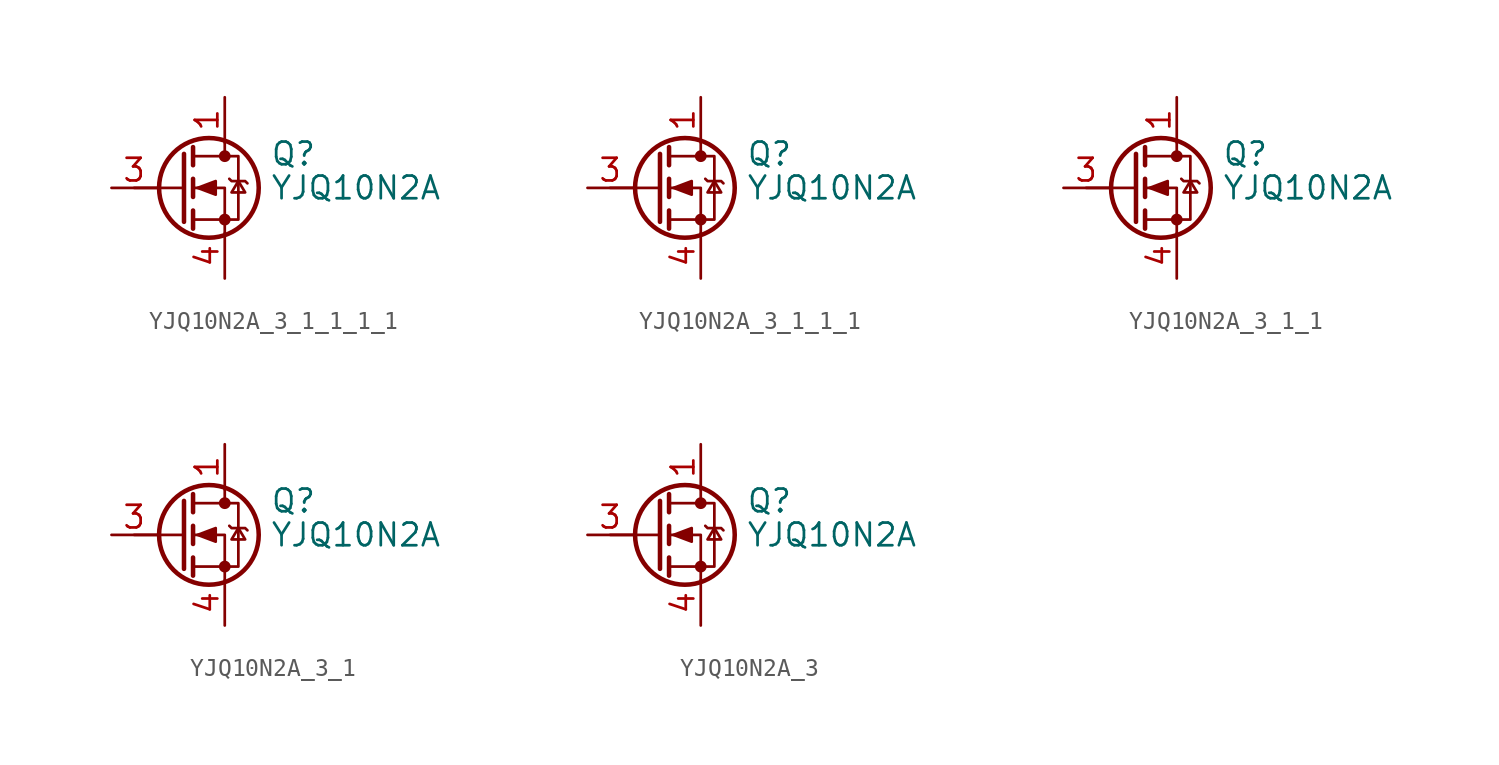
<source format=kicad_sym>
(kicad_symbol_lib
  (version 20241209)
  (generator "kicad_symbol_editor")
  (generator_version "9.0")
  (symbol "YJQ10N2A_3_1_1_1_1"
    (pin_names
      (hide yes))
    (property "Reference" "Q"
      (at 5.08 1.905 0)
      (effects (font (size 1.27 1.27)) (justify left)))
    (property "Value" "YJQ10N2A"
      (at 5.08 0 0)
      (effects (font (size 1.27 1.27)) (justify left)))
    (symbol "YJQ10N2A_3_1_1_1_1_0_1"
      (polyline (pts (xy 0.254 1.905) (xy 0.254 -1.905)) (stroke (width 0.254) (type default)) (fill (type none)))
      (polyline (pts (xy 0.254 0) (xy -2.54 0)) (stroke (width 0) (type default)) (fill (type none)))
      (polyline (pts (xy 0.762 2.286) (xy 0.762 1.27)) (stroke (width 0.254) (type default)) (fill (type none)))
      (polyline (pts (xy 0.762 0.508) (xy 0.762 -0.508)) (stroke (width 0.254) (type default)) (fill (type none)))
      (polyline (pts (xy 0.762 -1.27) (xy 0.762 -2.286)) (stroke (width 0.254) (type default)) (fill (type none)))
      (polyline (pts (xy 0.762 -1.778) (xy 3.302 -1.778) (xy 3.302 1.778) (xy 0.762 1.778)) (stroke (width 0) (type default)) (fill (type none)))
      (polyline (pts (xy 1.016 0) (xy 2.032 0.381) (xy 2.032 -0.381) (xy 1.016 0)) (stroke (width 0) (type default)) (fill (type outline)))
      (circle (center 1.651 0) (radius 2.794) (stroke (width 0.254) (type default)) (fill (type none)))
      (polyline (pts (xy 2.54 2.54) (xy 2.54 1.778)) (stroke (width 0) (type default)) (fill (type none)))
      (circle (center 2.54 1.778) (radius 0.254) (stroke (width 0) (type default)) (fill (type outline)))
      (circle (center 2.54 -1.778) (radius 0.254) (stroke (width 0) (type default)) (fill (type outline)))
      (polyline (pts (xy 2.54 -2.54) (xy 2.54 0) (xy 0.762 0)) (stroke (width 0) (type default)) (fill (type none)))
      (polyline (pts (xy 2.794 0.508) (xy 2.921 0.381) (xy 3.683 0.381) (xy 3.81 0.254)) (stroke (width 0) (type default)) (fill (type none)))
      (polyline (pts (xy 3.302 0.381) (xy 2.921 -0.254) (xy 3.683 -0.254) (xy 3.302 0.381)) (stroke (width 0) (type default)) (fill (type none))))
    (symbol "YJQ10N2A_3_1_1_1_1_1_1"
      (pin input line (at -3.81 0 0) (length 2.54) (name "G" (effects (font (size 1.27 1.27)))) (number "3" (effects (font (size 1.27 1.27)))))
      (pin passive line (at 2.54 5.08 270) (length 2.54) (name "D" (effects (font (size 1.27 1.27)))) (number "1" (effects (font (size 1.27 1.27)))))
      (pin passive line (at 2.54 5.08 270) (length 2.54) (hide yes) (name "D" (effects (font (size 1.27 1.27)))) (number "2" (effects (font (size 1.27 1.27)))))
      (pin passive line (at 2.54 5.08 270) (length 2.54) (hide yes) (name "D" (effects (font (size 1.27 1.27)))) (number "3" (effects (font (size 1.27 1.27)))))
      (pin passive line (at 2.54 5.08 270) (length 2.54) (hide yes) (name "D" (effects (font (size 1.27 1.27)))) (number "5" (effects (font (size 1.27 1.27)))))
      (pin passive line (at 2.54 5.08 270) (length 2.54) (hide yes) (name "D" (effects (font (size 1.27 1.27)))) (number "6" (effects (font (size 1.27 1.27)))))
      (pin passive line (at 2.54 5.08 270) (length 2.54) (hide yes) (name "D" (effects (font (size 1.27 1.27)))) (number "8" (effects (font (size 1.27 1.27)))))
      (pin passive line (at 2.54 -5.08 90) (length 2.54) (name "S" (effects (font (size 1.27 1.27)))) (number "4" (effects (font (size 1.27 1.27)))))
      (pin passive line (at 2.54 -5.08 90) (length 2.54) (hide yes) (name "S" (effects (font (size 1.27 1.27)))) (number "7" (effects (font (size 1.27 1.27)))))))
  (symbol "YJQ10N2A_3_1_1_1"
    (pin_names
      (hide yes))
    (property "Reference" "Q"
      (at 5.08 1.905 0)
      (effects (font (size 1.27 1.27)) (justify left)))
    (property "Value" "YJQ10N2A"
      (at 5.08 0 0)
      (effects (font (size 1.27 1.27)) (justify left)))
    (symbol "YJQ10N2A_3_1_1_1_0_1"
      (polyline (pts (xy 0.254 1.905) (xy 0.254 -1.905)) (stroke (width 0.254) (type default)) (fill (type none)))
      (polyline (pts (xy 0.254 0) (xy -2.54 0)) (stroke (width 0) (type default)) (fill (type none)))
      (polyline (pts (xy 0.762 2.286) (xy 0.762 1.27)) (stroke (width 0.254) (type default)) (fill (type none)))
      (polyline (pts (xy 0.762 0.508) (xy 0.762 -0.508)) (stroke (width 0.254) (type default)) (fill (type none)))
      (polyline (pts (xy 0.762 -1.27) (xy 0.762 -2.286)) (stroke (width 0.254) (type default)) (fill (type none)))
      (polyline (pts (xy 0.762 -1.778) (xy 3.302 -1.778) (xy 3.302 1.778) (xy 0.762 1.778)) (stroke (width 0) (type default)) (fill (type none)))
      (polyline (pts (xy 1.016 0) (xy 2.032 0.381) (xy 2.032 -0.381) (xy 1.016 0)) (stroke (width 0) (type default)) (fill (type outline)))
      (circle (center 1.651 0) (radius 2.794) (stroke (width 0.254) (type default)) (fill (type none)))
      (polyline (pts (xy 2.54 2.54) (xy 2.54 1.778)) (stroke (width 0) (type default)) (fill (type none)))
      (circle (center 2.54 1.778) (radius 0.254) (stroke (width 0) (type default)) (fill (type outline)))
      (circle (center 2.54 -1.778) (radius 0.254) (stroke (width 0) (type default)) (fill (type outline)))
      (polyline (pts (xy 2.54 -2.54) (xy 2.54 0) (xy 0.762 0)) (stroke (width 0) (type default)) (fill (type none)))
      (polyline (pts (xy 2.794 0.508) (xy 2.921 0.381) (xy 3.683 0.381) (xy 3.81 0.254)) (stroke (width 0) (type default)) (fill (type none)))
      (polyline (pts (xy 3.302 0.381) (xy 2.921 -0.254) (xy 3.683 -0.254) (xy 3.302 0.381)) (stroke (width 0) (type default)) (fill (type none))))
    (symbol "YJQ10N2A_3_1_1_1_1_1"
      (pin input line (at -3.81 0 0) (length 2.54) (name "G" (effects (font (size 1.27 1.27)))) (number "3" (effects (font (size 1.27 1.27)))))
      (pin passive line (at 2.54 5.08 270) (length 2.54) (name "D" (effects (font (size 1.27 1.27)))) (number "1" (effects (font (size 1.27 1.27)))))
      (pin passive line (at 2.54 5.08 270) (length 2.54) (hide yes) (name "D" (effects (font (size 1.27 1.27)))) (number "2" (effects (font (size 1.27 1.27)))))
      (pin passive line (at 2.54 5.08 270) (length 2.54) (hide yes) (name "D" (effects (font (size 1.27 1.27)))) (number "3" (effects (font (size 1.27 1.27)))))
      (pin passive line (at 2.54 5.08 270) (length 2.54) (hide yes) (name "D" (effects (font (size 1.27 1.27)))) (number "5" (effects (font (size 1.27 1.27)))))
      (pin passive line (at 2.54 5.08 270) (length 2.54) (hide yes) (name "D" (effects (font (size 1.27 1.27)))) (number "6" (effects (font (size 1.27 1.27)))))
      (pin passive line (at 2.54 5.08 270) (length 2.54) (hide yes) (name "D" (effects (font (size 1.27 1.27)))) (number "8" (effects (font (size 1.27 1.27)))))
      (pin passive line (at 2.54 -5.08 90) (length 2.54) (name "S" (effects (font (size 1.27 1.27)))) (number "4" (effects (font (size 1.27 1.27)))))
      (pin passive line (at 2.54 -5.08 90) (length 2.54) (hide yes) (name "S" (effects (font (size 1.27 1.27)))) (number "7" (effects (font (size 1.27 1.27)))))))
  (symbol "YJQ10N2A_3_1_1"
    (pin_names
      (hide yes))
    (property "Reference" "Q"
      (at 5.08 1.905 0)
      (effects (font (size 1.27 1.27)) (justify left)))
    (property "Value" "YJQ10N2A"
      (at 5.08 0 0)
      (effects (font (size 1.27 1.27)) (justify left)))
    (symbol "YJQ10N2A_3_1_1_0_1"
      (polyline (pts (xy 0.254 1.905) (xy 0.254 -1.905)) (stroke (width 0.254) (type default)) (fill (type none)))
      (polyline (pts (xy 0.254 0) (xy -2.54 0)) (stroke (width 0) (type default)) (fill (type none)))
      (polyline (pts (xy 0.762 2.286) (xy 0.762 1.27)) (stroke (width 0.254) (type default)) (fill (type none)))
      (polyline (pts (xy 0.762 0.508) (xy 0.762 -0.508)) (stroke (width 0.254) (type default)) (fill (type none)))
      (polyline (pts (xy 0.762 -1.27) (xy 0.762 -2.286)) (stroke (width 0.254) (type default)) (fill (type none)))
      (polyline (pts (xy 0.762 -1.778) (xy 3.302 -1.778) (xy 3.302 1.778) (xy 0.762 1.778)) (stroke (width 0) (type default)) (fill (type none)))
      (polyline (pts (xy 1.016 0) (xy 2.032 0.381) (xy 2.032 -0.381) (xy 1.016 0)) (stroke (width 0) (type default)) (fill (type outline)))
      (circle (center 1.651 0) (radius 2.794) (stroke (width 0.254) (type default)) (fill (type none)))
      (polyline (pts (xy 2.54 2.54) (xy 2.54 1.778)) (stroke (width 0) (type default)) (fill (type none)))
      (circle (center 2.54 1.778) (radius 0.254) (stroke (width 0) (type default)) (fill (type outline)))
      (circle (center 2.54 -1.778) (radius 0.254) (stroke (width 0) (type default)) (fill (type outline)))
      (polyline (pts (xy 2.54 -2.54) (xy 2.54 0) (xy 0.762 0)) (stroke (width 0) (type default)) (fill (type none)))
      (polyline (pts (xy 2.794 0.508) (xy 2.921 0.381) (xy 3.683 0.381) (xy 3.81 0.254)) (stroke (width 0) (type default)) (fill (type none)))
      (polyline (pts (xy 3.302 0.381) (xy 2.921 -0.254) (xy 3.683 -0.254) (xy 3.302 0.381)) (stroke (width 0) (type default)) (fill (type none))))
    (symbol "YJQ10N2A_3_1_1_1_1"
      (pin input line (at -3.81 0 0) (length 2.54) (name "G" (effects (font (size 1.27 1.27)))) (number "3" (effects (font (size 1.27 1.27)))))
      (pin passive line (at 2.54 5.08 270) (length 2.54) (name "D" (effects (font (size 1.27 1.27)))) (number "1" (effects (font (size 1.27 1.27)))))
      (pin passive line (at 2.54 5.08 270) (length 2.54) (hide yes) (name "D" (effects (font (size 1.27 1.27)))) (number "2" (effects (font (size 1.27 1.27)))))
      (pin passive line (at 2.54 5.08 270) (length 2.54) (hide yes) (name "D" (effects (font (size 1.27 1.27)))) (number "3" (effects (font (size 1.27 1.27)))))
      (pin passive line (at 2.54 5.08 270) (length 2.54) (hide yes) (name "D" (effects (font (size 1.27 1.27)))) (number "5" (effects (font (size 1.27 1.27)))))
      (pin passive line (at 2.54 5.08 270) (length 2.54) (hide yes) (name "D" (effects (font (size 1.27 1.27)))) (number "6" (effects (font (size 1.27 1.27)))))
      (pin passive line (at 2.54 5.08 270) (length 2.54) (hide yes) (name "D" (effects (font (size 1.27 1.27)))) (number "8" (effects (font (size 1.27 1.27)))))
      (pin passive line (at 2.54 -5.08 90) (length 2.54) (name "S" (effects (font (size 1.27 1.27)))) (number "4" (effects (font (size 1.27 1.27)))))
      (pin passive line (at 2.54 -5.08 90) (length 2.54) (hide yes) (name "S" (effects (font (size 1.27 1.27)))) (number "7" (effects (font (size 1.27 1.27)))))))
  (symbol "YJQ10N2A_3_1"
    (pin_names
      (hide yes))
    (property "Reference" "Q"
      (at 5.08 1.905 0)
      (effects (font (size 1.27 1.27)) (justify left)))
    (property "Value" "YJQ10N2A"
      (at 5.08 0 0)
      (effects (font (size 1.27 1.27)) (justify left)))
    (symbol "YJQ10N2A_3_1_0_1"
      (polyline (pts (xy 0.254 1.905) (xy 0.254 -1.905)) (stroke (width 0.254) (type default)) (fill (type none)))
      (polyline (pts (xy 0.254 0) (xy -2.54 0)) (stroke (width 0) (type default)) (fill (type none)))
      (polyline (pts (xy 0.762 2.286) (xy 0.762 1.27)) (stroke (width 0.254) (type default)) (fill (type none)))
      (polyline (pts (xy 0.762 0.508) (xy 0.762 -0.508)) (stroke (width 0.254) (type default)) (fill (type none)))
      (polyline (pts (xy 0.762 -1.27) (xy 0.762 -2.286)) (stroke (width 0.254) (type default)) (fill (type none)))
      (polyline (pts (xy 0.762 -1.778) (xy 3.302 -1.778) (xy 3.302 1.778) (xy 0.762 1.778)) (stroke (width 0) (type default)) (fill (type none)))
      (polyline (pts (xy 1.016 0) (xy 2.032 0.381) (xy 2.032 -0.381) (xy 1.016 0)) (stroke (width 0) (type default)) (fill (type outline)))
      (circle (center 1.651 0) (radius 2.794) (stroke (width 0.254) (type default)) (fill (type none)))
      (polyline (pts (xy 2.54 2.54) (xy 2.54 1.778)) (stroke (width 0) (type default)) (fill (type none)))
      (circle (center 2.54 1.778) (radius 0.254) (stroke (width 0) (type default)) (fill (type outline)))
      (circle (center 2.54 -1.778) (radius 0.254) (stroke (width 0) (type default)) (fill (type outline)))
      (polyline (pts (xy 2.54 -2.54) (xy 2.54 0) (xy 0.762 0)) (stroke (width 0) (type default)) (fill (type none)))
      (polyline (pts (xy 2.794 0.508) (xy 2.921 0.381) (xy 3.683 0.381) (xy 3.81 0.254)) (stroke (width 0) (type default)) (fill (type none)))
      (polyline (pts (xy 3.302 0.381) (xy 2.921 -0.254) (xy 3.683 -0.254) (xy 3.302 0.381)) (stroke (width 0) (type default)) (fill (type none))))
    (symbol "YJQ10N2A_3_1_1_1"
      (pin input line (at -3.81 0 0) (length 2.54) (name "G" (effects (font (size 1.27 1.27)))) (number "3" (effects (font (size 1.27 1.27)))))
      (pin passive line (at 2.54 5.08 270) (length 2.54) (name "D" (effects (font (size 1.27 1.27)))) (number "1" (effects (font (size 1.27 1.27)))))
      (pin passive line (at 2.54 5.08 270) (length 2.54) (hide yes) (name "D" (effects (font (size 1.27 1.27)))) (number "2" (effects (font (size 1.27 1.27)))))
      (pin passive line (at 2.54 5.08 270) (length 2.54) (hide yes) (name "D" (effects (font (size 1.27 1.27)))) (number "3" (effects (font (size 1.27 1.27)))))
      (pin passive line (at 2.54 5.08 270) (length 2.54) (hide yes) (name "D" (effects (font (size 1.27 1.27)))) (number "5" (effects (font (size 1.27 1.27)))))
      (pin passive line (at 2.54 5.08 270) (length 2.54) (hide yes) (name "D" (effects (font (size 1.27 1.27)))) (number "6" (effects (font (size 1.27 1.27)))))
      (pin passive line (at 2.54 5.08 270) (length 2.54) (hide yes) (name "D" (effects (font (size 1.27 1.27)))) (number "8" (effects (font (size 1.27 1.27)))))
      (pin passive line (at 2.54 -5.08 90) (length 2.54) (name "S" (effects (font (size 1.27 1.27)))) (number "4" (effects (font (size 1.27 1.27)))))
      (pin passive line (at 2.54 -5.08 90) (length 2.54) (hide yes) (name "S" (effects (font (size 1.27 1.27)))) (number "7" (effects (font (size 1.27 1.27)))))))
  (symbol "YJQ10N2A_3"
    (pin_names
      (hide yes))
    (property "Reference" "Q"
      (at 5.08 1.905 0)
      (effects (font (size 1.27 1.27)) (justify left)))
    (property "Value" "YJQ10N2A"
      (at 5.08 0 0)
      (effects (font (size 1.27 1.27)) (justify left)))
    (symbol "YJQ10N2A_3_0_1"
      (polyline (pts (xy 0.254 1.905) (xy 0.254 -1.905)) (stroke (width 0.254) (type default)) (fill (type none)))
      (polyline (pts (xy 0.254 0) (xy -2.54 0)) (stroke (width 0) (type default)) (fill (type none)))
      (polyline (pts (xy 0.762 2.286) (xy 0.762 1.27)) (stroke (width 0.254) (type default)) (fill (type none)))
      (polyline (pts (xy 0.762 0.508) (xy 0.762 -0.508)) (stroke (width 0.254) (type default)) (fill (type none)))
      (polyline (pts (xy 0.762 -1.27) (xy 0.762 -2.286)) (stroke (width 0.254) (type default)) (fill (type none)))
      (polyline (pts (xy 0.762 -1.778) (xy 3.302 -1.778) (xy 3.302 1.778) (xy 0.762 1.778)) (stroke (width 0) (type default)) (fill (type none)))
      (polyline (pts (xy 1.016 0) (xy 2.032 0.381) (xy 2.032 -0.381) (xy 1.016 0)) (stroke (width 0) (type default)) (fill (type outline)))
      (circle (center 1.651 0) (radius 2.794) (stroke (width 0.254) (type default)) (fill (type none)))
      (polyline (pts (xy 2.54 2.54) (xy 2.54 1.778)) (stroke (width 0) (type default)) (fill (type none)))
      (circle (center 2.54 1.778) (radius 0.254) (stroke (width 0) (type default)) (fill (type outline)))
      (circle (center 2.54 -1.778) (radius 0.254) (stroke (width 0) (type default)) (fill (type outline)))
      (polyline (pts (xy 2.54 -2.54) (xy 2.54 0) (xy 0.762 0)) (stroke (width 0) (type default)) (fill (type none)))
      (polyline (pts (xy 2.794 0.508) (xy 2.921 0.381) (xy 3.683 0.381) (xy 3.81 0.254)) (stroke (width 0) (type default)) (fill (type none)))
      (polyline (pts (xy 3.302 0.381) (xy 2.921 -0.254) (xy 3.683 -0.254) (xy 3.302 0.381)) (stroke (width 0) (type default)) (fill (type none))))
    (symbol "YJQ10N2A_3_1_1"
      (pin input line (at -3.81 0 0) (length 2.54) (name "G" (effects (font (size 1.27 1.27)))) (number "3" (effects (font (size 1.27 1.27)))))
      (pin passive line (at 2.54 5.08 270) (length 2.54) (name "D" (effects (font (size 1.27 1.27)))) (number "1" (effects (font (size 1.27 1.27)))))
      (pin passive line (at 2.54 5.08 270) (length 2.54) (hide yes) (name "D" (effects (font (size 1.27 1.27)))) (number "2" (effects (font (size 1.27 1.27)))))
      (pin passive line (at 2.54 5.08 270) (length 2.54) (hide yes) (name "D" (effects (font (size 1.27 1.27)))) (number "3" (effects (font (size 1.27 1.27)))))
      (pin passive line (at 2.54 5.08 270) (length 2.54) (hide yes) (name "D" (effects (font (size 1.27 1.27)))) (number "5" (effects (font (size 1.27 1.27)))))
      (pin passive line (at 2.54 5.08 270) (length 2.54) (hide yes) (name "D" (effects (font (size 1.27 1.27)))) (number "6" (effects (font (size 1.27 1.27)))))
      (pin passive line (at 2.54 5.08 270) (length 2.54) (hide yes) (name "D" (effects (font (size 1.27 1.27)))) (number "8" (effects (font (size 1.27 1.27)))))
      (pin passive line (at 2.54 -5.08 90) (length 2.54) (name "S" (effects (font (size 1.27 1.27)))) (number "4" (effects (font (size 1.27 1.27)))))
      (pin passive line (at 2.54 -5.08 90) (length 2.54) (hide yes) (name "S" (effects (font (size 1.27 1.27)))) (number "7" (effects (font (size 1.27 1.27))))))))
</source>
